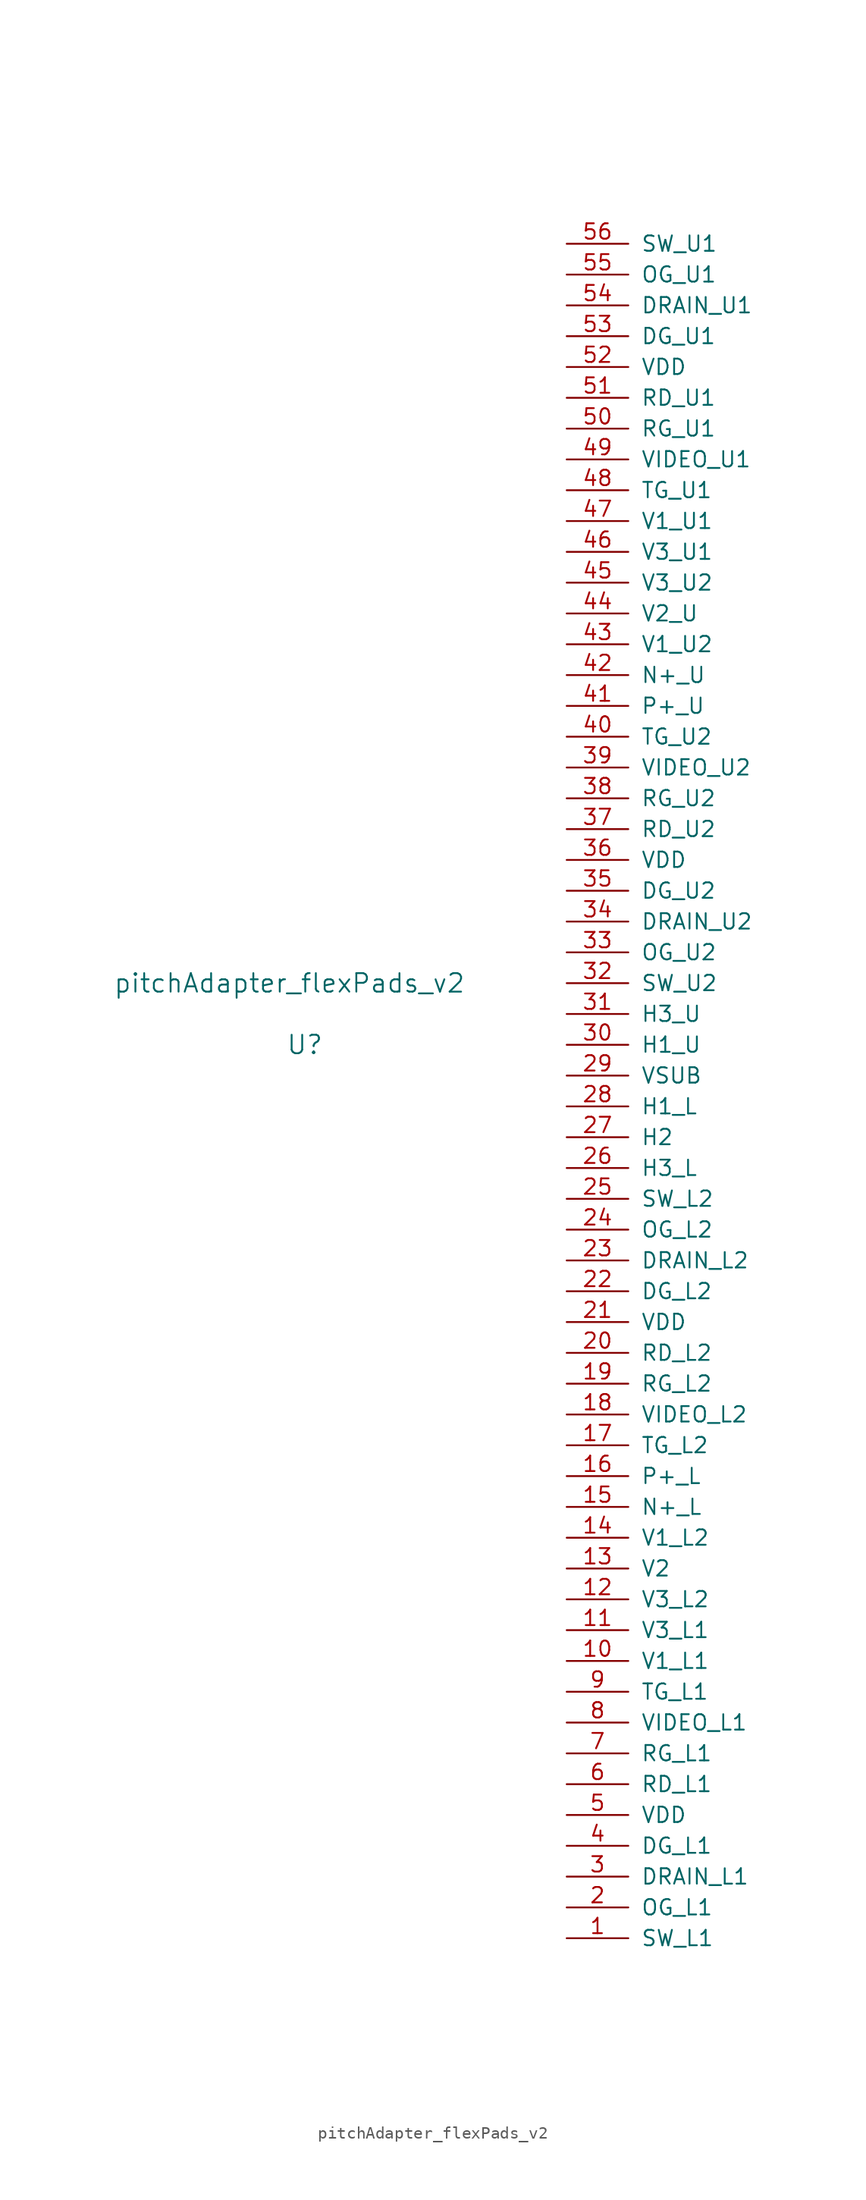
<source format=kicad_sym>
(kicad_symbol_lib
  (version 20211014)
  (generator kicad_symbol_editor)
  (symbol "pitchAdapter_flexPads_v2"
    (pin_names
      (offset 1.016))
    (property "Reference" "U"
      (at 0 0 0)
      (effects (font (size 1.524 1.524))))
    (property "Value" "pitchAdapter_flexPads_v2"
      (at -1.27 5.08 0)
      (effects (font (size 1.524 1.524))))
    (symbol "pitchAdapter_flexPads_v2_1_1"
      (pin input line (at 21.59 -73.66 0) (length 5.08) (name "SW_L1" (effects (font (size 1.27 1.27)))) (number "1" (effects (font (size 1.27 1.27)))))
      (pin input line (at 21.59 -50.8 0) (length 5.08) (name "V1_L1" (effects (font (size 1.27 1.27)))) (number "10" (effects (font (size 1.27 1.27)))))
      (pin input line (at 21.59 -48.26 0) (length 5.08) (name "V3_L1" (effects (font (size 1.27 1.27)))) (number "11" (effects (font (size 1.27 1.27)))))
      (pin input line (at 21.59 -45.72 0) (length 5.08) (name "V3_L2" (effects (font (size 1.27 1.27)))) (number "12" (effects (font (size 1.27 1.27)))))
      (pin input line (at 21.59 -43.18 0) (length 5.08) (name "V2" (effects (font (size 1.27 1.27)))) (number "13" (effects (font (size 1.27 1.27)))))
      (pin input line (at 21.59 -40.64 0) (length 5.08) (name "V1_L2" (effects (font (size 1.27 1.27)))) (number "14" (effects (font (size 1.27 1.27)))))
      (pin input line (at 21.59 -38.1 0) (length 5.08) (name "N+_L" (effects (font (size 1.27 1.27)))) (number "15" (effects (font (size 1.27 1.27)))))
      (pin input line (at 21.59 -35.56 0) (length 5.08) (name "P+_L" (effects (font (size 1.27 1.27)))) (number "16" (effects (font (size 1.27 1.27)))))
      (pin input line (at 21.59 -33.02 0) (length 5.08) (name "TG_L2" (effects (font (size 1.27 1.27)))) (number "17" (effects (font (size 1.27 1.27)))))
      (pin input line (at 21.59 -30.48 0) (length 5.08) (name "VIDEO_L2" (effects (font (size 1.27 1.27)))) (number "18" (effects (font (size 1.27 1.27)))))
      (pin input line (at 21.59 -27.94 0) (length 5.08) (name "RG_L2" (effects (font (size 1.27 1.27)))) (number "19" (effects (font (size 1.27 1.27)))))
      (pin input line (at 21.59 -71.12 0) (length 5.08) (name "OG_L1" (effects (font (size 1.27 1.27)))) (number "2" (effects (font (size 1.27 1.27)))))
      (pin input line (at 21.59 -25.4 0) (length 5.08) (name "RD_L2" (effects (font (size 1.27 1.27)))) (number "20" (effects (font (size 1.27 1.27)))))
      (pin input line (at 21.59 -22.86 0) (length 5.08) (name "VDD" (effects (font (size 1.27 1.27)))) (number "21" (effects (font (size 1.27 1.27)))))
      (pin input line (at 21.59 -20.32 0) (length 5.08) (name "DG_L2" (effects (font (size 1.27 1.27)))) (number "22" (effects (font (size 1.27 1.27)))))
      (pin input line (at 21.59 -17.78 0) (length 5.08) (name "DRAIN_L2" (effects (font (size 1.27 1.27)))) (number "23" (effects (font (size 1.27 1.27)))))
      (pin input line (at 21.59 -15.24 0) (length 5.08) (name "OG_L2" (effects (font (size 1.27 1.27)))) (number "24" (effects (font (size 1.27 1.27)))))
      (pin input line (at 21.59 -12.7 0) (length 5.08) (name "SW_L2" (effects (font (size 1.27 1.27)))) (number "25" (effects (font (size 1.27 1.27)))))
      (pin input line (at 21.59 -10.16 0) (length 5.08) (name "H3_L" (effects (font (size 1.27 1.27)))) (number "26" (effects (font (size 1.27 1.27)))))
      (pin input line (at 21.59 -7.62 0) (length 5.08) (name "H2" (effects (font (size 1.27 1.27)))) (number "27" (effects (font (size 1.27 1.27)))))
      (pin input line (at 21.59 -5.08 0) (length 5.08) (name "H1_L" (effects (font (size 1.27 1.27)))) (number "28" (effects (font (size 1.27 1.27)))))
      (pin input line (at 21.59 -2.54 0) (length 5.08) (name "VSUB" (effects (font (size 1.27 1.27)))) (number "29" (effects (font (size 1.27 1.27)))))
      (pin input line (at 21.59 -68.58 0) (length 5.08) (name "DRAIN_L1" (effects (font (size 1.27 1.27)))) (number "3" (effects (font (size 1.27 1.27)))))
      (pin input line (at 21.59 0 0) (length 5.08) (name "H1_U" (effects (font (size 1.27 1.27)))) (number "30" (effects (font (size 1.27 1.27)))))
      (pin input line (at 21.59 2.54 0) (length 5.08) (name "H3_U" (effects (font (size 1.27 1.27)))) (number "31" (effects (font (size 1.27 1.27)))))
      (pin input line (at 21.59 5.08 0) (length 5.08) (name "SW_U2" (effects (font (size 1.27 1.27)))) (number "32" (effects (font (size 1.27 1.27)))))
      (pin input line (at 21.59 7.62 0) (length 5.08) (name "OG_U2" (effects (font (size 1.27 1.27)))) (number "33" (effects (font (size 1.27 1.27)))))
      (pin input line (at 21.59 10.16 0) (length 5.08) (name "DRAIN_U2" (effects (font (size 1.27 1.27)))) (number "34" (effects (font (size 1.27 1.27)))))
      (pin input line (at 21.59 12.7 0) (length 5.08) (name "DG_U2" (effects (font (size 1.27 1.27)))) (number "35" (effects (font (size 1.27 1.27)))))
      (pin input line (at 21.59 15.24 0) (length 5.08) (name "VDD" (effects (font (size 1.27 1.27)))) (number "36" (effects (font (size 1.27 1.27)))))
      (pin input line (at 21.59 17.78 0) (length 5.08) (name "RD_U2" (effects (font (size 1.27 1.27)))) (number "37" (effects (font (size 1.27 1.27)))))
      (pin input line (at 21.59 20.32 0) (length 5.08) (name "RG_U2" (effects (font (size 1.27 1.27)))) (number "38" (effects (font (size 1.27 1.27)))))
      (pin input line (at 21.59 22.86 0) (length 5.08) (name "VIDEO_U2" (effects (font (size 1.27 1.27)))) (number "39" (effects (font (size 1.27 1.27)))))
      (pin input line (at 21.59 -66.04 0) (length 5.08) (name "DG_L1" (effects (font (size 1.27 1.27)))) (number "4" (effects (font (size 1.27 1.27)))))
      (pin input line (at 21.59 25.4 0) (length 5.08) (name "TG_U2" (effects (font (size 1.27 1.27)))) (number "40" (effects (font (size 1.27 1.27)))))
      (pin input line (at 21.59 27.94 0) (length 5.08) (name "P+_U" (effects (font (size 1.27 1.27)))) (number "41" (effects (font (size 1.27 1.27)))))
      (pin input line (at 21.59 30.48 0) (length 5.08) (name "N+_U" (effects (font (size 1.27 1.27)))) (number "42" (effects (font (size 1.27 1.27)))))
      (pin input line (at 21.59 33.02 0) (length 5.08) (name "V1_U2" (effects (font (size 1.27 1.27)))) (number "43" (effects (font (size 1.27 1.27)))))
      (pin input line (at 21.59 35.56 0) (length 5.08) (name "V2_U" (effects (font (size 1.27 1.27)))) (number "44" (effects (font (size 1.27 1.27)))))
      (pin input line (at 21.59 38.1 0) (length 5.08) (name "V3_U2" (effects (font (size 1.27 1.27)))) (number "45" (effects (font (size 1.27 1.27)))))
      (pin input line (at 21.59 40.64 0) (length 5.08) (name "V3_U1" (effects (font (size 1.27 1.27)))) (number "46" (effects (font (size 1.27 1.27)))))
      (pin input line (at 21.59 43.18 0) (length 5.08) (name "V1_U1" (effects (font (size 1.27 1.27)))) (number "47" (effects (font (size 1.27 1.27)))))
      (pin input line (at 21.59 45.72 0) (length 5.08) (name "TG_U1" (effects (font (size 1.27 1.27)))) (number "48" (effects (font (size 1.27 1.27)))))
      (pin input line (at 21.59 48.26 0) (length 5.08) (name "VIDEO_U1" (effects (font (size 1.27 1.27)))) (number "49" (effects (font (size 1.27 1.27)))))
      (pin input line (at 21.59 -63.5 0) (length 5.08) (name "VDD" (effects (font (size 1.27 1.27)))) (number "5" (effects (font (size 1.27 1.27)))))
      (pin input line (at 21.59 50.8 0) (length 5.08) (name "RG_U1" (effects (font (size 1.27 1.27)))) (number "50" (effects (font (size 1.27 1.27)))))
      (pin input line (at 21.59 53.34 0) (length 5.08) (name "RD_U1" (effects (font (size 1.27 1.27)))) (number "51" (effects (font (size 1.27 1.27)))))
      (pin input line (at 21.59 55.88 0) (length 5.08) (name "VDD" (effects (font (size 1.27 1.27)))) (number "52" (effects (font (size 1.27 1.27)))))
      (pin input line (at 21.59 58.42 0) (length 5.08) (name "DG_U1" (effects (font (size 1.27 1.27)))) (number "53" (effects (font (size 1.27 1.27)))))
      (pin input line (at 21.59 60.96 0) (length 5.08) (name "DRAIN_U1" (effects (font (size 1.27 1.27)))) (number "54" (effects (font (size 1.27 1.27)))))
      (pin input line (at 21.59 63.5 0) (length 5.08) (name "OG_U1" (effects (font (size 1.27 1.27)))) (number "55" (effects (font (size 1.27 1.27)))))
      (pin input line (at 21.59 66.04 0) (length 5.08) (name "SW_U1" (effects (font (size 1.27 1.27)))) (number "56" (effects (font (size 1.27 1.27)))))
      (pin input line (at 21.59 -60.96 0) (length 5.08) (name "RD_L1" (effects (font (size 1.27 1.27)))) (number "6" (effects (font (size 1.27 1.27)))))
      (pin input line (at 21.59 -58.42 0) (length 5.08) (name "RG_L1" (effects (font (size 1.27 1.27)))) (number "7" (effects (font (size 1.27 1.27)))))
      (pin input line (at 21.59 -55.88 0) (length 5.08) (name "VIDEO_L1" (effects (font (size 1.27 1.27)))) (number "8" (effects (font (size 1.27 1.27)))))
      (pin input line (at 21.59 -53.34 0) (length 5.08) (name "TG_L1" (effects (font (size 1.27 1.27)))) (number "9" (effects (font (size 1.27 1.27))))))))
</source>
